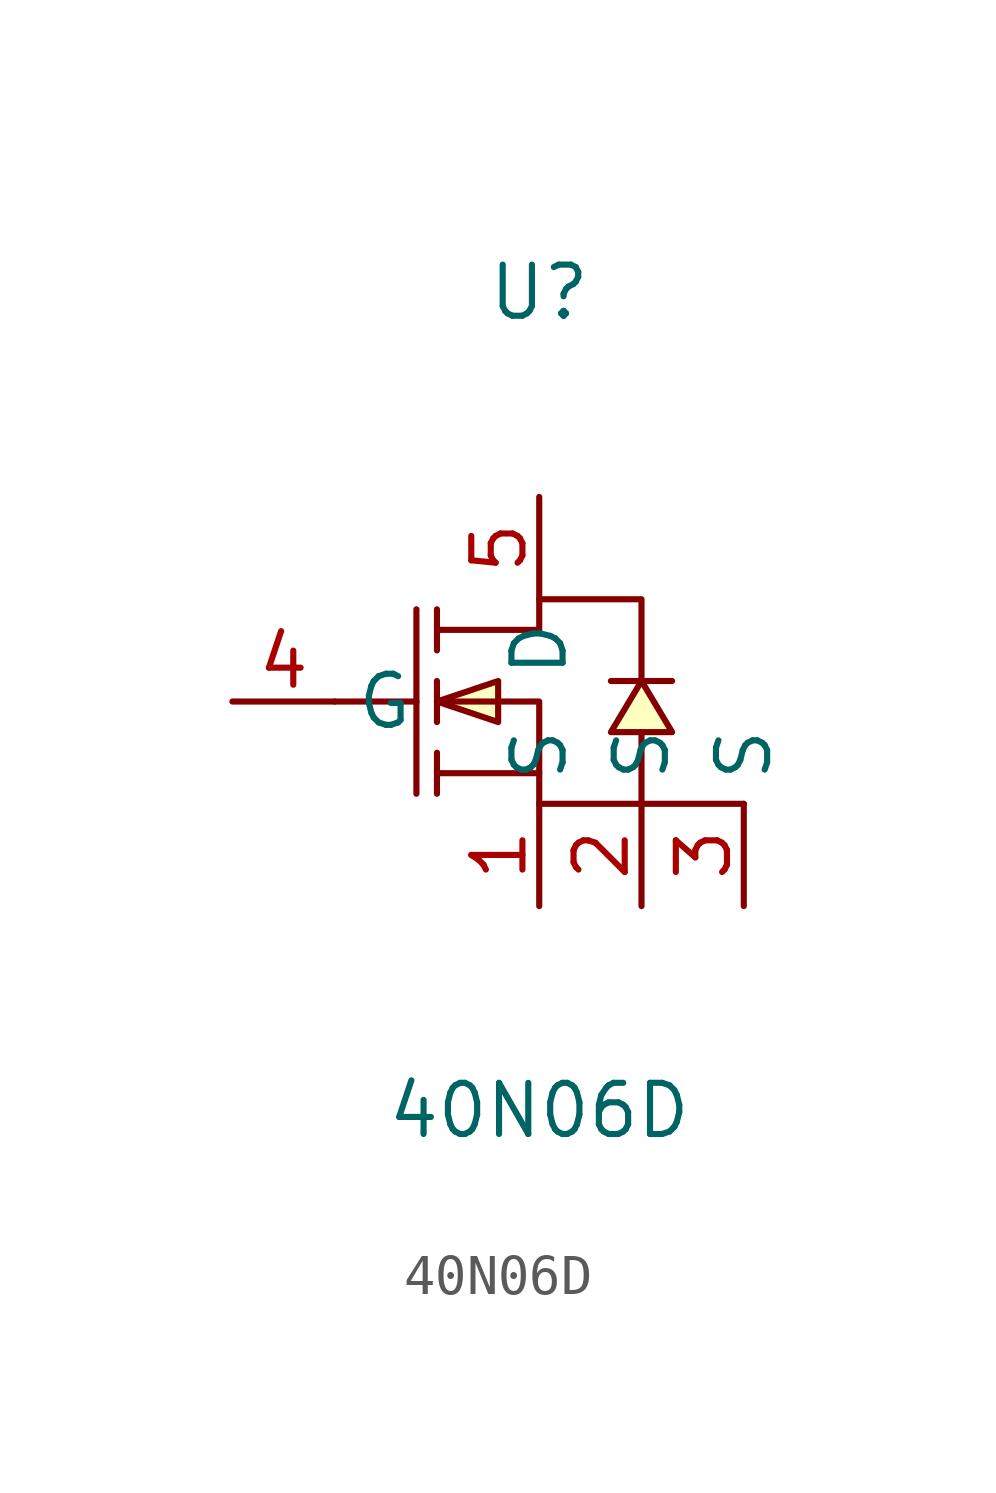
<source format=kicad_sym>
(kicad_symbol_lib
  (version 1)
  (generator "faebryk")
  (symbol "40N06D"
    (property "Reference" "U"
      (at 0 10.16 0)
      (effects (font (size 1.27 1.27)) (hide no)))
    (property "Value" "40N06D"
      (at 0 -10.16 0)
      (effects (font (size 1.27 1.27)) (hide no)))
    (symbol "40N06D_0_1"
      (polyline (stroke (width 0) (type default) (color 0 0 0 0)) (fill (type none)) (pts (xy -5.08 0) (xy -3.05 0)))
      (polyline (stroke (width 0) (type default) (color 0 0 0 0)) (fill (type none)) (pts (xy 3.3 0.51) (xy 3.05 0.51) (xy 2.03 0.51) (xy 1.78 0.51)))
      (polyline (stroke (width 0) (type default) (color 0 0 0 0)) (fill (type none)) (pts (xy -2.54 -2.29) (xy -2.54 -1.27)))
      (polyline (stroke (width 0) (type default) (color 0 0 0 0)) (fill (type none)) (pts (xy -2.54 -0.51) (xy -2.54 0.51)))
      (polyline (stroke (width 0) (type default) (color 0 0 0 0)) (fill (type none)) (pts (xy -2.54 2.29) (xy -2.54 1.27)))
      (polyline (stroke (width 0) (type default) (color 0 0 0 0)) (fill (type none)) (pts (xy -3.05 2.29) (xy -3.05 -2.29)))
      (polyline (stroke (width 0) (type default) (color 0 0 0 0)) (fill (type none)) (pts (xy 0 -1.78) (xy -2.54 -1.78)))
      (polyline (stroke (width 0) (type default) (color 0 0 0 0)) (fill (type none)) (pts (xy -2.54 0) (xy 0 0) (xy 0 -2.54) (xy 5.08 -2.54) (xy 2.54 -2.54) (xy 2.54 -0.76)))
      (polyline (stroke (width 0) (type default) (color 0 0 0 0)) (fill (type none)) (pts (xy -2.54 1.78) (xy 0 1.78) (xy 0 2.54) (xy 2.54 2.54) (xy 2.54 2.54) (xy 2.54 0.51)))
      (polyline (stroke (width 0) (type default) (color 0 0 0 0)) (fill (type background)) (pts (xy 2.54 0.51) (xy 1.78 -0.76) (xy 3.3 -0.76) (xy 2.54 0.51)))
      (polyline (stroke (width 0) (type default) (color 0 0 0 0)) (fill (type background)) (pts (xy -2.54 0) (xy -1.02 -0.51) (xy -1.02 0.51) (xy -2.54 0)))
      (pin unspecified line (at 5.08 -5.08 90) (length 2.54) (name "S" (effects (font (size 1.27 1.27)) (hide no))) (number "3" (effects (font (size 1.27 1.27)) (hide no))))
      (pin unspecified line (at 2.54 -5.08 90) (length 2.54) (name "S" (effects (font (size 1.27 1.27)) (hide no))) (number "2" (effects (font (size 1.27 1.27)) (hide no))))
      (pin unspecified line (at 0 -5.08 90) (length 2.54) (name "S" (effects (font (size 1.27 1.27)) (hide no))) (number "1" (effects (font (size 1.27 1.27)) (hide no))))
      (pin unspecified line (at -7.62 0 0) (length 2.54) (name "G" (effects (font (size 1.27 1.27)) (hide no))) (number "4" (effects (font (size 1.27 1.27)) (hide no))))
      (pin unspecified line (at 0 5.08 270) (length 2.54) (name "D" (effects (font (size 1.27 1.27)) (hide no))) (number "5" (effects (font (size 1.27 1.27)) (hide no)))))))
</source>
